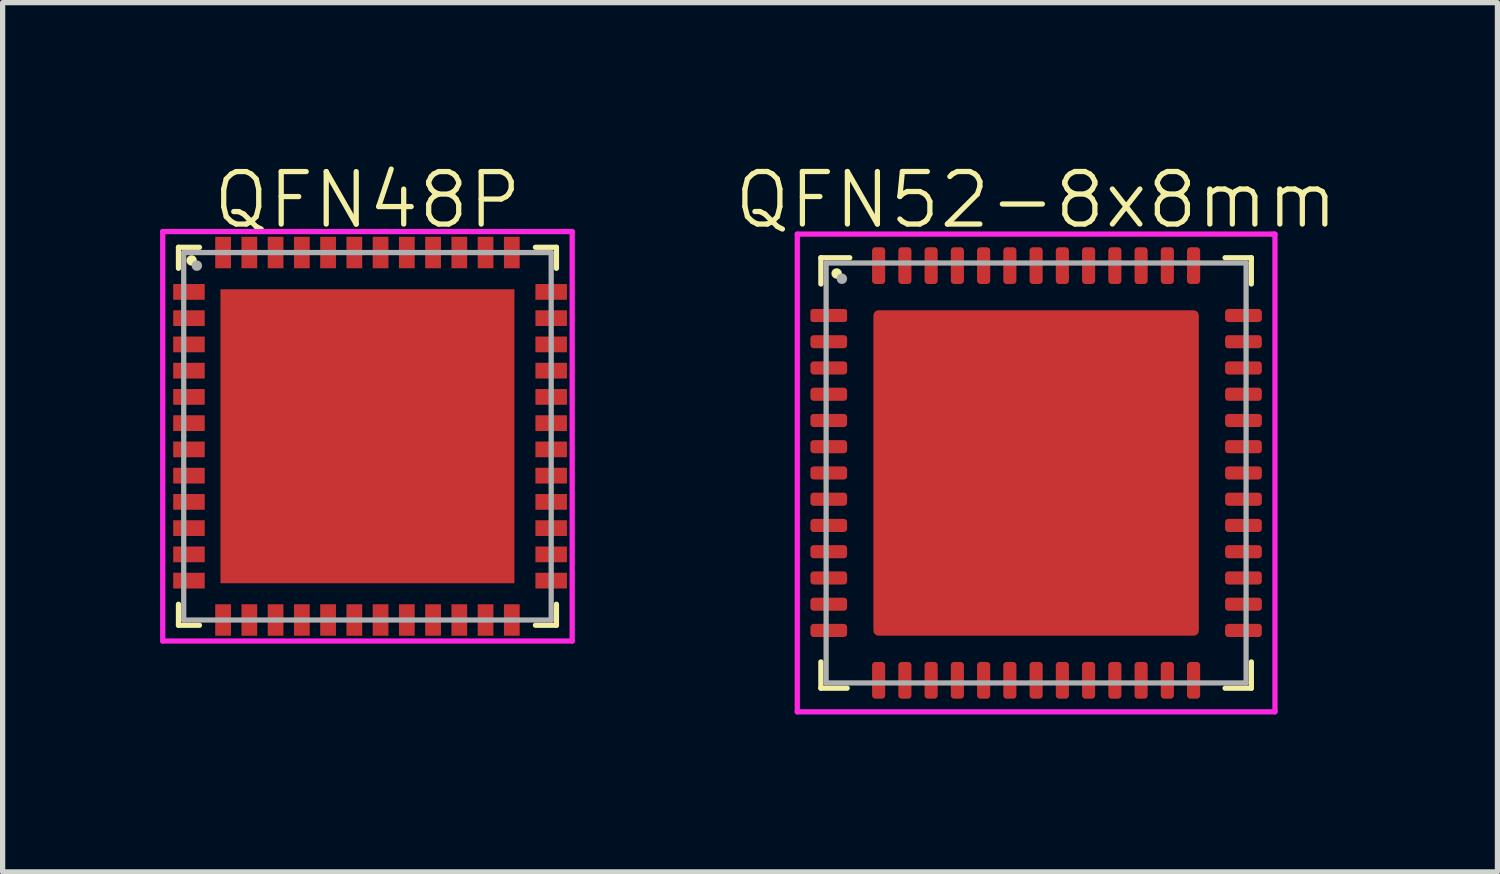
<source format=kicad_pcb>
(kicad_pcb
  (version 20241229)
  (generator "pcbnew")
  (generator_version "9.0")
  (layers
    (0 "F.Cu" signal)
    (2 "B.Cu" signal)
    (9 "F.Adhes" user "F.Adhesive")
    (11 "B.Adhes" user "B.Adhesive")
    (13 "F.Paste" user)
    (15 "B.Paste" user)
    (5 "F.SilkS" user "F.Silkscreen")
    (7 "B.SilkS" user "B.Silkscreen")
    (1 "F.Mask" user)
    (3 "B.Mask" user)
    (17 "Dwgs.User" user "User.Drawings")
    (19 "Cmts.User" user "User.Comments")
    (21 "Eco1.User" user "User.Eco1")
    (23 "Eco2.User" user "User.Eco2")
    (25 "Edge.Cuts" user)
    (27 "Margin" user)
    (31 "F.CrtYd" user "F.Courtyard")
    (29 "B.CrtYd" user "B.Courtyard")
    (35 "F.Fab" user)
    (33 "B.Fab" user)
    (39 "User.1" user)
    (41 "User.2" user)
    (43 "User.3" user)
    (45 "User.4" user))
  (footprint "QFN48P"
    (layer "F.Cu")
    (at 3.95 5.261)
    (property "Reference" "QFN48P" (at 0 -4.5 0) (layer "F.SilkS") (effects (font (size 1 1) (thickness 0.1))))
    (attr through_hole)
    (fp_line (start -3.6 -3.6) (end -3.2 -3.6) (stroke (width 0.1) (type solid)) (layer "F.SilkS"))
    (fp_line (start -3.6 -3.2) (end -3.6 -3.6) (stroke (width 0.1) (type solid)) (layer "F.SilkS"))
    (fp_line (start -3.6 3.6) (end -3.6 3.2) (stroke (width 0.1) (type solid)) (layer "F.SilkS"))
    (fp_line (start -3.2 3.6) (end -3.6 3.6) (stroke (width 0.1) (type solid)) (layer "F.SilkS"))
    (fp_line (start 3.2 -3.6) (end 3.6 -3.6) (stroke (width 0.1) (type solid)) (layer "F.SilkS"))
    (fp_line (start 3.2 3.6) (end 3.6 3.6) (stroke (width 0.1) (type solid)) (layer "F.SilkS"))
    (fp_line (start 3.6 -3.6) (end 3.6 -3.2) (stroke (width 0.1) (type solid)) (layer "F.SilkS"))
    (fp_line (start 3.6 3.6) (end 3.6 3.2) (stroke (width 0.1) (type solid)) (layer "F.SilkS"))
    (fp_circle (center -3.35 -3.35) (end -3.3 -3.35) (stroke (width 0.1) (type solid)) (fill no) (layer "F.SilkS"))
    (fp_line (start -3.9 -3.9) (end -3.9 3.9) (stroke (width 0.1) (type solid)) (layer "F.CrtYd"))
    (fp_line (start -3.9 3.9) (end 3.9 3.9) (stroke (width 0.1) (type solid)) (layer "F.CrtYd"))
    (fp_line (start 3.9 -3.9) (end -3.9 -3.9) (stroke (width 0.1) (type solid)) (layer "F.CrtYd"))
    (fp_line (start 3.9 3.9) (end 3.9 -3.9) (stroke (width 0.1) (type solid)) (layer "F.CrtYd"))
    (fp_line (start -3.5 -3.5) (end 3.5 -3.5) (stroke (width 0.1) (type solid)) (layer "F.Fab"))
    (fp_line (start -3.5 0) (end -3.5 -3.5) (stroke (width 0.1) (type solid)) (layer "F.Fab"))
    (fp_line (start -3.5 3.5) (end -3.5 0) (stroke (width 0.1) (type solid)) (layer "F.Fab"))
    (fp_line (start 3.5 -3.5) (end 3.5 3.5) (stroke (width 0.1) (type solid)) (layer "F.Fab"))
    (fp_line (start 3.5 3.5) (end -3.5 3.5) (stroke (width 0.1) (type solid)) (layer "F.Fab"))
    (fp_circle (center -3.25 -3.25) (end -3.2 -3.25) (stroke (width 0.1) (type solid)) (fill no) (layer "F.Fab"))
    (pad "1" smd rect (at -3.4 -2.75) (size 0.6 0.3) (layers "F.Cu" "F.Mask" "F.Paste"))
    (pad "2" smd rect (at -3.4 -2.25) (size 0.6 0.3) (layers "F.Cu" "F.Mask" "F.Paste"))
    (pad "3" smd rect (at -3.4 -1.75) (size 0.6 0.3) (layers "F.Cu" "F.Mask" "F.Paste"))
    (pad "4" smd rect (at -3.4 -1.25) (size 0.6 0.3) (layers "F.Cu" "F.Mask" "F.Paste"))
    (pad "5" smd rect (at -3.4 -0.75) (size 0.6 0.3) (layers "F.Cu" "F.Mask" "F.Paste"))
    (pad "6" smd rect (at -3.4 -0.25) (size 0.6 0.3) (layers "F.Cu" "F.Mask" "F.Paste"))
    (pad "7" smd rect (at -3.4 0.25) (size 0.6 0.3) (layers "F.Cu" "F.Mask" "F.Paste"))
    (pad "8" smd rect (at -3.4 0.75) (size 0.6 0.3) (layers "F.Cu" "F.Mask" "F.Paste"))
    (pad "9" smd rect (at -3.4 1.25) (size 0.6 0.3) (layers "F.Cu" "F.Mask" "F.Paste"))
    (pad "10" smd rect (at -3.4 1.75) (size 0.6 0.3) (layers "F.Cu" "F.Mask" "F.Paste"))
    (pad "11" smd rect (at -3.4 2.25) (size 0.6 0.3) (layers "F.Cu" "F.Mask" "F.Paste"))
    (pad "12" smd rect (at -3.4 2.75) (size 0.6 0.3) (layers "F.Cu" "F.Mask" "F.Paste"))
    (pad "13" smd rect (at -2.75 3.5 90) (size 0.6 0.3) (layers "F.Cu" "F.Mask" "F.Paste"))
    (pad "14" smd rect (at -2.25 3.5 90) (size 0.6 0.3) (layers "F.Cu" "F.Mask" "F.Paste"))
    (pad "15" smd rect (at -1.75 3.5 90) (size 0.6 0.3) (layers "F.Cu" "F.Mask" "F.Paste"))
    (pad "16" smd rect (at -1.25 3.5 90) (size 0.6 0.3) (layers "F.Cu" "F.Mask" "F.Paste"))
    (pad "17" smd rect (at -0.75 3.5 90) (size 0.6 0.3) (layers "F.Cu" "F.Mask" "F.Paste"))
    (pad "18" smd rect (at -0.25 3.5 90) (size 0.6 0.3) (layers "F.Cu" "F.Mask" "F.Paste"))
    (pad "19" smd rect (at 0.25 3.5 90) (size 0.6 0.3) (layers "F.Cu" "F.Mask" "F.Paste"))
    (pad "20" smd rect (at 0.75 3.5 90) (size 0.6 0.3) (layers "F.Cu" "F.Mask" "F.Paste"))
    (pad "21" smd rect (at 1.25 3.5 90) (size 0.6 0.3) (layers "F.Cu" "F.Mask" "F.Paste"))
    (pad "22" smd rect (at 1.75 3.5 90) (size 0.6 0.3) (layers "F.Cu" "F.Mask" "F.Paste"))
    (pad "23" smd rect (at 2.25 3.5 90) (size 0.6 0.3) (layers "F.Cu" "F.Mask" "F.Paste"))
    (pad "24" smd rect (at 2.75 3.5 90) (size 0.6 0.3) (layers "F.Cu" "F.Mask" "F.Paste"))
    (pad "25" smd rect (at 3.5 2.75) (size 0.6 0.3) (layers "F.Cu" "F.Mask" "F.Paste"))
    (pad "26" smd rect (at 3.5 2.25) (size 0.6 0.3) (layers "F.Cu" "F.Mask" "F.Paste"))
    (pad "27" smd rect (at 3.5 1.75) (size 0.6 0.3) (layers "F.Cu" "F.Mask" "F.Paste"))
    (pad "28" smd rect (at 3.5 1.25) (size 0.6 0.3) (layers "F.Cu" "F.Mask" "F.Paste"))
    (pad "29" smd rect (at 3.5 0.75) (size 0.6 0.3) (layers "F.Cu" "F.Mask" "F.Paste"))
    (pad "30" smd rect (at 3.5 0.25) (size 0.6 0.3) (layers "F.Cu" "F.Mask" "F.Paste"))
    (pad "31" smd rect (at 3.5 -0.25) (size 0.6 0.3) (layers "F.Cu" "F.Mask" "F.Paste"))
    (pad "32" smd rect (at 3.5 -0.75) (size 0.6 0.3) (layers "F.Cu" "F.Mask" "F.Paste"))
    (pad "33" smd rect (at 3.5 -1.25) (size 0.6 0.3) (layers "F.Cu" "F.Mask" "F.Paste"))
    (pad "34" smd rect (at 3.5 -1.75) (size 0.6 0.3) (layers "F.Cu" "F.Mask" "F.Paste"))
    (pad "35" smd rect (at 3.5 -2.25) (size 0.6 0.3) (layers "F.Cu" "F.Mask" "F.Paste"))
    (pad "36" smd rect (at 3.5 -2.75) (size 0.6 0.3) (layers "F.Cu" "F.Mask" "F.Paste"))
    (pad "37" smd rect (at 2.75 -3.5 90) (size 0.6 0.3) (layers "F.Cu" "F.Mask" "F.Paste"))
    (pad "38" smd rect (at 2.25 -3.5 90) (size 0.6 0.3) (layers "F.Cu" "F.Mask" "F.Paste"))
    (pad "39" smd rect (at 1.75 -3.5 90) (size 0.6 0.3) (layers "F.Cu" "F.Mask" "F.Paste"))
    (pad "40" smd rect (at 1.25 -3.5 90) (size 0.6 0.3) (layers "F.Cu" "F.Mask" "F.Paste"))
    (pad "41" smd rect (at 0.75 -3.5 90) (size 0.6 0.3) (layers "F.Cu" "F.Mask" "F.Paste"))
    (pad "42" smd rect (at 0.25 -3.5 90) (size 0.6 0.3) (layers "F.Cu" "F.Mask" "F.Paste"))
    (pad "43" smd rect (at -0.25 -3.5 90) (size 0.6 0.3) (layers "F.Cu" "F.Mask" "F.Paste"))
    (pad "44" smd rect (at -0.75 -3.5 90) (size 0.6 0.3) (layers "F.Cu" "F.Mask" "F.Paste"))
    (pad "45" smd rect (at -1.25 -3.5 90) (size 0.6 0.3) (layers "F.Cu" "F.Mask" "F.Paste"))
    (pad "46" smd rect (at -1.75 -3.5 90) (size 0.6 0.3) (layers "F.Cu" "F.Mask" "F.Paste"))
    (pad "47" smd rect (at -2.25 -3.5 270) (size 0.6 0.3) (layers "F.Cu" "F.Mask" "F.Paste"))
    (pad "48" smd rect (at -2.75 -3.5 90) (size 0.6 0.3) (layers "F.Cu" "F.Mask" "F.Paste"))
    (pad "49" smd rect (at 0 0) (size 5.6 5.6) (layers "F.Cu" "F.Mask")))
  (footprint "QFN52-8x8mm"
    (layer "F.Cu")
    (at 16.688 5.96)
    (property "Reference" "QFN52-8x8mm" (at 0 -5.2 0) (layer "F.SilkS") (effects (font (size 1 1) (thickness 0.1))))
    (attr through_hole)
    (fp_line (start -4.1 -4.1) (end -4.1 -3.6) (stroke (width 0.1) (type solid)) (layer "F.SilkS"))
    (fp_line (start -4.1 -4.1) (end -3.55 -4.1) (stroke (width 0.1) (type solid)) (layer "F.SilkS"))
    (fp_line (start -4.1 4.1) (end -4.1 3.6) (stroke (width 0.1) (type solid)) (layer "F.SilkS"))
    (fp_line (start -4.1 4.1) (end -3.6 4.1) (stroke (width 0.1) (type solid)) (layer "F.SilkS"))
    (fp_line (start 4.1 -4.1) (end 3.6 -4.1) (stroke (width 0.1) (type solid)) (layer "F.SilkS"))
    (fp_line (start 4.1 -4.1) (end 4.1 -3.6) (stroke (width 0.1) (type solid)) (layer "F.SilkS"))
    (fp_line (start 4.1 4.1) (end 3.6 4.1) (stroke (width 0.1) (type solid)) (layer "F.SilkS"))
    (fp_line (start 4.1 4.1) (end 4.1 3.6) (stroke (width 0.1) (type solid)) (layer "F.SilkS"))
    (fp_circle (center -3.8 -3.8) (end -3.75 -3.8) (stroke (width 0.1) (type solid)) (fill no) (layer "F.SilkS"))
    (fp_line (start -4.55 -4.55) (end -4.55 4.55) (stroke (width 0.1) (type solid)) (layer "F.CrtYd"))
    (fp_line (start -4.55 4.55) (end 4.55 4.55) (stroke (width 0.1) (type solid)) (layer "F.CrtYd"))
    (fp_line (start 4.5 -4.55) (end -4.55 -4.55) (stroke (width 0.1) (type solid)) (layer "F.CrtYd"))
    (fp_line (start 4.55 -4.55) (end 4.5 -4.55) (stroke (width 0.1) (type solid)) (layer "F.CrtYd"))
    (fp_line (start 4.55 4.55) (end 4.55 -4.55) (stroke (width 0.1) (type solid)) (layer "F.CrtYd"))
    (fp_line (start -4 -4) (end 4 -4) (stroke (width 0.1) (type solid)) (layer "F.Fab"))
    (fp_line (start -4 4) (end -4 -4) (stroke (width 0.1) (type solid)) (layer "F.Fab"))
    (fp_line (start 4 -4) (end 4 4) (stroke (width 0.1) (type solid)) (layer "F.Fab"))
    (fp_line (start 4 4) (end -4 4) (stroke (width 0.1) (type solid)) (layer "F.Fab"))
    (fp_circle (center -3.7 -3.7) (end -3.65 -3.7) (stroke (width 0.1) (type solid)) (fill no) (layer "F.Fab"))
    (pad "1" smd roundrect (at -3.95 -3) (size 0.7 0.25) (layers "F.Cu" "F.Mask" "F.Paste") (roundrect_rratio 0.2))
    (pad "2" smd roundrect (at -3.95 -2.5) (size 0.7 0.25) (layers "F.Cu" "F.Mask" "F.Paste") (roundrect_rratio 0.25))
    (pad "3" smd roundrect (at -3.95 -2) (size 0.7 0.25) (layers "F.Cu" "F.Mask" "F.Paste") (roundrect_rratio 0.25))
    (pad "4" smd roundrect (at -3.95 -1.5) (size 0.7 0.25) (layers "F.Cu" "F.Mask" "F.Paste") (roundrect_rratio 0.25))
    (pad "5" smd roundrect (at -3.95 -1) (size 0.7 0.25) (layers "F.Cu" "F.Mask" "F.Paste") (roundrect_rratio 0.25))
    (pad "6" smd roundrect (at -3.95 -0.5) (size 0.7 0.25) (layers "F.Cu" "F.Mask" "F.Paste") (roundrect_rratio 0.25))
    (pad "7" smd roundrect (at -3.95 0) (size 0.7 0.25) (layers "F.Cu" "F.Mask" "F.Paste") (roundrect_rratio 0.25))
    (pad "8" smd roundrect (at -3.95 0.5) (size 0.7 0.25) (layers "F.Cu" "F.Mask" "F.Paste") (roundrect_rratio 0.25))
    (pad "9" smd roundrect (at -3.95 1) (size 0.7 0.25) (layers "F.Cu" "F.Mask" "F.Paste") (roundrect_rratio 0.25))
    (pad "10" smd roundrect (at -3.95 1.5) (size 0.7 0.25) (layers "F.Cu" "F.Mask" "F.Paste") (roundrect_rratio 0.25))
    (pad "11" smd roundrect (at -3.95 2) (size 0.7 0.25) (layers "F.Cu" "F.Mask" "F.Paste") (roundrect_rratio 0.25))
    (pad "12" smd roundrect (at -3.95 2.5) (size 0.7 0.25) (layers "F.Cu" "F.Mask" "F.Paste") (roundrect_rratio 0.25))
    (pad "13" smd roundrect (at -3.95 3) (size 0.7 0.25) (layers "F.Cu" "F.Mask" "F.Paste") (roundrect_rratio 0.25))
    (pad "14" smd roundrect (at -3 3.95 90) (size 0.7 0.25) (layers "F.Cu" "F.Mask" "F.Paste") (roundrect_rratio 0.25))
    (pad "15" smd roundrect (at -2.5 3.95 90) (size 0.7 0.25) (layers "F.Cu" "F.Mask" "F.Paste") (roundrect_rratio 0.25))
    (pad "16" smd roundrect (at -2 3.95 90) (size 0.7 0.25) (layers "F.Cu" "F.Mask" "F.Paste") (roundrect_rratio 0.25))
    (pad "17" smd roundrect (at -1.5 3.95 90) (size 0.7 0.25) (layers "F.Cu" "F.Mask" "F.Paste") (roundrect_rratio 0.25))
    (pad "18" smd roundrect (at -1 3.95 90) (size 0.7 0.25) (layers "F.Cu" "F.Mask" "F.Paste") (roundrect_rratio 0.25))
    (pad "19" smd roundrect (at -0.5 3.95 90) (size 0.7 0.25) (layers "F.Cu" "F.Mask" "F.Paste") (roundrect_rratio 0.25))
    (pad "20" smd roundrect (at 0 3.95 90) (size 0.7 0.25) (layers "F.Cu" "F.Mask" "F.Paste") (roundrect_rratio 0.25))
    (pad "21" smd roundrect (at 0.5 3.95 90) (size 0.7 0.25) (layers "F.Cu" "F.Mask" "F.Paste") (roundrect_rratio 0.25))
    (pad "22" smd roundrect (at 1 3.95 90) (size 0.7 0.25) (layers "F.Cu" "F.Mask" "F.Paste") (roundrect_rratio 0.25))
    (pad "23" smd roundrect (at 1.5 3.95 90) (size 0.7 0.25) (layers "F.Cu" "F.Mask" "F.Paste") (roundrect_rratio 0.25))
    (pad "24" smd roundrect (at 2 3.95 90) (size 0.7 0.25) (layers "F.Cu" "F.Mask" "F.Paste") (roundrect_rratio 0.25))
    (pad "25" smd roundrect (at 2.5 3.95 90) (size 0.7 0.25) (layers "F.Cu" "F.Mask" "F.Paste") (roundrect_rratio 0.25))
    (pad "26" smd roundrect (at 3 3.95 90) (size 0.7 0.25) (layers "F.Cu" "F.Mask" "F.Paste") (roundrect_rratio 0.25))
    (pad "27" smd roundrect (at 3.95 3) (size 0.7 0.25) (layers "F.Cu" "F.Mask" "F.Paste") (roundrect_rratio 0.25))
    (pad "28" smd roundrect (at 3.95 2.5) (size 0.7 0.25) (layers "F.Cu" "F.Mask" "F.Paste") (roundrect_rratio 0.25))
    (pad "29" smd roundrect (at 3.95 2) (size 0.7 0.25) (layers "F.Cu" "F.Mask" "F.Paste") (roundrect_rratio 0.25))
    (pad "30" smd roundrect (at 3.95 1.5) (size 0.7 0.25) (layers "F.Cu" "F.Mask" "F.Paste") (roundrect_rratio 0.25))
    (pad "31" smd roundrect (at 3.95 1) (size 0.7 0.25) (layers "F.Cu" "F.Mask" "F.Paste") (roundrect_rratio 0.25))
    (pad "32" smd roundrect (at 3.95 0.5) (size 0.7 0.25) (layers "F.Cu" "F.Mask" "F.Paste") (roundrect_rratio 0.25))
    (pad "33" smd roundrect (at 3.95 0) (size 0.7 0.25) (layers "F.Cu" "F.Mask" "F.Paste") (roundrect_rratio 0.25))
    (pad "34" smd roundrect (at 3.95 -0.5) (size 0.7 0.25) (layers "F.Cu" "F.Mask" "F.Paste") (roundrect_rratio 0.25))
    (pad "35" smd roundrect (at 3.95 -1) (size 0.7 0.25) (layers "F.Cu" "F.Mask" "F.Paste") (roundrect_rratio 0.25))
    (pad "36" smd roundrect (at 3.95 -1.5) (size 0.7 0.25) (layers "F.Cu" "F.Mask" "F.Paste") (roundrect_rratio 0.25))
    (pad "37" smd roundrect (at 3.95 -2) (size 0.7 0.25) (layers "F.Cu" "F.Mask" "F.Paste") (roundrect_rratio 0.25))
    (pad "38" smd roundrect (at 3.95 -2.5) (size 0.7 0.25) (layers "F.Cu" "F.Mask" "F.Paste") (roundrect_rratio 0.25))
    (pad "39" smd roundrect (at 3.95 -3) (size 0.7 0.25) (layers "F.Cu" "F.Mask" "F.Paste") (roundrect_rratio 0.25))
    (pad "40" smd roundrect (at 3 -3.95 90) (size 0.7 0.25) (layers "F.Cu" "F.Mask" "F.Paste") (roundrect_rratio 0.25))
    (pad "41" smd roundrect (at 2.5 -3.95 90) (size 0.7 0.25) (layers "F.Cu" "F.Mask" "F.Paste") (roundrect_rratio 0.25))
    (pad "42" smd roundrect (at 2 -3.95 90) (size 0.7 0.25) (layers "F.Cu" "F.Mask" "F.Paste") (roundrect_rratio 0.25))
    (pad "43" smd roundrect (at 1.5 -3.95 90) (size 0.7 0.25) (layers "F.Cu" "F.Mask" "F.Paste") (roundrect_rratio 0.25))
    (pad "44" smd roundrect (at 1 -3.95 90) (size 0.7 0.25) (layers "F.Cu" "F.Mask" "F.Paste") (roundrect_rratio 0.25))
    (pad "45" smd roundrect (at 0.5 -3.95 90) (size 0.7 0.25) (layers "F.Cu" "F.Mask" "F.Paste") (roundrect_rratio 0.25))
    (pad "46" smd roundrect (at 0 -3.95 90) (size 0.7 0.25) (layers "F.Cu" "F.Mask" "F.Paste") (roundrect_rratio 0.25))
    (pad "47" smd roundrect (at -0.5 -3.95 90) (size 0.7 0.25) (layers "F.Cu" "F.Mask" "F.Paste") (roundrect_rratio 0.25))
    (pad "48" smd roundrect (at -1 -3.95 90) (size 0.7 0.25) (layers "F.Cu" "F.Mask" "F.Paste") (roundrect_rratio 0.25))
    (pad "49" smd roundrect (at -1.5 -3.95 90) (size 0.7 0.25) (layers "F.Cu" "F.Mask" "F.Paste") (roundrect_rratio 0.25))
    (pad "50" smd roundrect (at -2 -3.95 90) (size 0.7 0.25) (layers "F.Cu" "F.Mask" "F.Paste") (roundrect_rratio 0.25))
    (pad "51" smd roundrect (at -2.5 -3.95 90) (size 0.7 0.25) (layers "F.Cu" "F.Mask" "F.Paste") (roundrect_rratio 0.25))
    (pad "52" smd roundrect (at -3 -3.95 90) (size 0.7 0.25) (layers "F.Cu" "F.Mask" "F.Paste") (roundrect_rratio 0.25))
    (pad "53" smd roundrect (at 0 0) (size 6.2 6.2) (layers "F.Cu" "F.Mask" "F.Paste") (roundrect_rratio 0.016)))
  (gr_rect
    (start -3 -3)
    (end 25.476 13.56)
    (stroke (width 0.1) (type default))
    (fill no)
    (layer "Edge.Cuts")))
</source>
